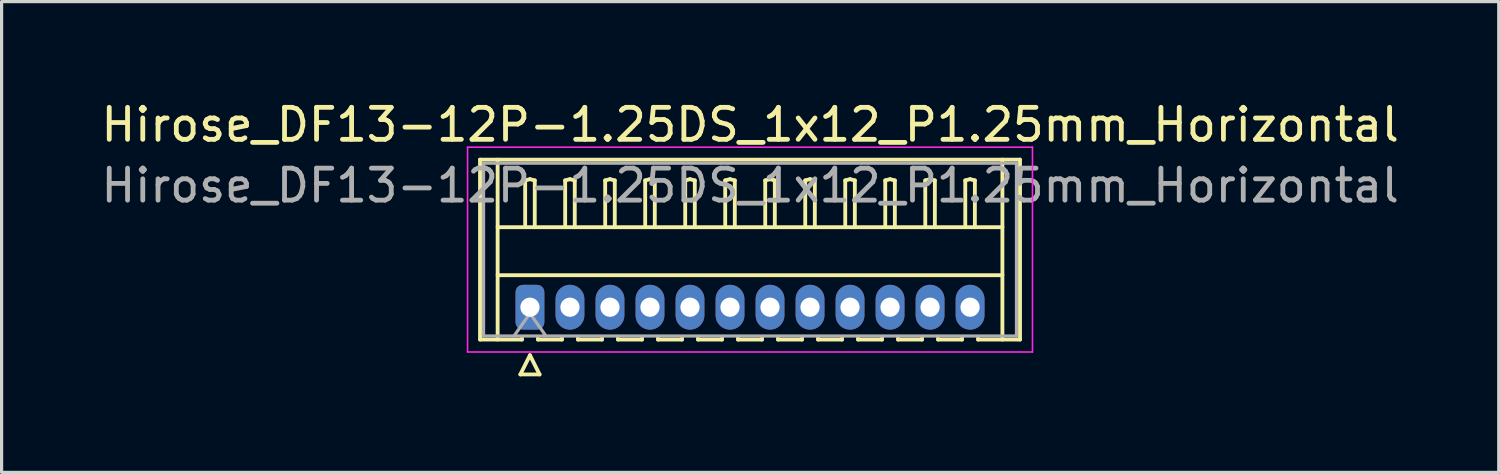
<source format=kicad_pcb>
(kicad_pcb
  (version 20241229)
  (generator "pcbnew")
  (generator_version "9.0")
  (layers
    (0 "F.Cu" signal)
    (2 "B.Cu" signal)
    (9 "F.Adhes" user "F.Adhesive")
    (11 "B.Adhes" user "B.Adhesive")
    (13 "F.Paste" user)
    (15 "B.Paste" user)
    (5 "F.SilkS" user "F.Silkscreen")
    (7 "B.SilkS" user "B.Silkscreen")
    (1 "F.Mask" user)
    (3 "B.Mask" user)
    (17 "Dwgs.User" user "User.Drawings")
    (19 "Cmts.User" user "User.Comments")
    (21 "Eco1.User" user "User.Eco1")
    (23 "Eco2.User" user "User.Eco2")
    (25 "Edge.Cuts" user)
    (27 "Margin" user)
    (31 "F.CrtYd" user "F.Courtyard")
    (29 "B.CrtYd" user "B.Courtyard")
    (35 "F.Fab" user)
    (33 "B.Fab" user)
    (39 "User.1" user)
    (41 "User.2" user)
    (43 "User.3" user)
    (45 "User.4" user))
  (footprint "Hirose_DF13-12P-1.25DS_1x12_P1.25mm_Horizontal"
    (layer "F.Cu")
    (at 13.507 6.548)
    (property "Reference" "Hirose_DF13-12P-1.25DS_1x12_P1.25mm_Horizontal" (at 6.88 -5.7 0) (layer "F.SilkS") (effects (font (size 1 1) (thickness 0.15))))
    (attr through_hole)
    (fp_line (start -1.56 -4.61) (end 15.31 -4.61) (stroke (width 0.12) (type solid)) (layer "F.SilkS"))
    (fp_line (start -1.56 1.01) (end -1.56 -4.61) (stroke (width 0.12) (type solid)) (layer "F.SilkS"))
    (fp_line (start -1.01 -4.61) (end -1.01 1.01) (stroke (width 0.12) (type solid)) (layer "F.SilkS"))
    (fp_line (start -1.01 -2.5) (end 14.76 -2.5) (stroke (width 0.12) (type solid)) (layer "F.SilkS"))
    (fp_line (start -1.01 -1) (end 14.76 -1) (stroke (width 0.12) (type solid)) (layer "F.SilkS"))
    (fp_line (start -0.3 2.1) (end 0.3 2.1) (stroke (width 0.12) (type solid)) (layer "F.SilkS"))
    (fp_line (start -0.25 0.96) (end -0.25 1.01) (stroke (width 0.12) (type solid)) (layer "F.SilkS"))
    (fp_line (start -0.25 1.01) (end -1.56 1.01) (stroke (width 0.12) (type solid)) (layer "F.SilkS"))
    (fp_line (start -0.15 -3.962) (end 0 -4) (stroke (width 0.12) (type solid)) (layer "F.SilkS"))
    (fp_line (start -0.15 -2.5) (end -0.15 -3.962) (stroke (width 0.12) (type solid)) (layer "F.SilkS"))
    (fp_line (start 0 -4) (end 0.15 -3.962) (stroke (width 0.12) (type solid)) (layer "F.SilkS"))
    (fp_line (start 0 1.5) (end -0.3 2.1) (stroke (width 0.12) (type solid)) (layer "F.SilkS"))
    (fp_line (start 0.15 -3.962) (end 0.15 -2.5) (stroke (width 0.12) (type solid)) (layer "F.SilkS"))
    (fp_line (start 0.25 0.96) (end 0.25 1.01) (stroke (width 0.12) (type solid)) (layer "F.SilkS"))
    (fp_line (start 0.25 1.01) (end 1 1.01) (stroke (width 0.12) (type solid)) (layer "F.SilkS"))
    (fp_line (start 0.3 2.1) (end 0 1.5) (stroke (width 0.12) (type solid)) (layer "F.SilkS"))
    (fp_line (start 1 1.01) (end 1 0.96) (stroke (width 0.12) (type solid)) (layer "F.SilkS"))
    (fp_line (start 1.1 -3.962) (end 1.25 -4) (stroke (width 0.12) (type solid)) (layer "F.SilkS"))
    (fp_line (start 1.1 -2.5) (end 1.1 -3.962) (stroke (width 0.12) (type solid)) (layer "F.SilkS"))
    (fp_line (start 1.25 -4) (end 1.4 -3.962) (stroke (width 0.12) (type solid)) (layer "F.SilkS"))
    (fp_line (start 1.4 -3.962) (end 1.4 -2.5) (stroke (width 0.12) (type solid)) (layer "F.SilkS"))
    (fp_line (start 1.5 0.96) (end 1.5 1.01) (stroke (width 0.12) (type solid)) (layer "F.SilkS"))
    (fp_line (start 1.5 1.01) (end 2.25 1.01) (stroke (width 0.12) (type solid)) (layer "F.SilkS"))
    (fp_line (start 2.25 1.01) (end 2.25 0.96) (stroke (width 0.12) (type solid)) (layer "F.SilkS"))
    (fp_line (start 2.35 -3.962) (end 2.5 -4) (stroke (width 0.12) (type solid)) (layer "F.SilkS"))
    (fp_line (start 2.35 -2.5) (end 2.35 -3.962) (stroke (width 0.12) (type solid)) (layer "F.SilkS"))
    (fp_line (start 2.5 -4) (end 2.65 -3.962) (stroke (width 0.12) (type solid)) (layer "F.SilkS"))
    (fp_line (start 2.65 -3.962) (end 2.65 -2.5) (stroke (width 0.12) (type solid)) (layer "F.SilkS"))
    (fp_line (start 2.75 0.96) (end 2.75 1.01) (stroke (width 0.12) (type solid)) (layer "F.SilkS"))
    (fp_line (start 2.75 1.01) (end 3.5 1.01) (stroke (width 0.12) (type solid)) (layer "F.SilkS"))
    (fp_line (start 3.5 1.01) (end 3.5 0.96) (stroke (width 0.12) (type solid)) (layer "F.SilkS"))
    (fp_line (start 3.6 -3.962) (end 3.75 -4) (stroke (width 0.12) (type solid)) (layer "F.SilkS"))
    (fp_line (start 3.6 -2.5) (end 3.6 -3.962) (stroke (width 0.12) (type solid)) (layer "F.SilkS"))
    (fp_line (start 3.75 -4) (end 3.9 -3.962) (stroke (width 0.12) (type solid)) (layer "F.SilkS"))
    (fp_line (start 3.9 -3.962) (end 3.9 -2.5) (stroke (width 0.12) (type solid)) (layer "F.SilkS"))
    (fp_line (start 4 0.96) (end 4 1.01) (stroke (width 0.12) (type solid)) (layer "F.SilkS"))
    (fp_line (start 4 1.01) (end 4.75 1.01) (stroke (width 0.12) (type solid)) (layer "F.SilkS"))
    (fp_line (start 4.75 1.01) (end 4.75 0.96) (stroke (width 0.12) (type solid)) (layer "F.SilkS"))
    (fp_line (start 4.85 -3.962) (end 5 -4) (stroke (width 0.12) (type solid)) (layer "F.SilkS"))
    (fp_line (start 4.85 -2.5) (end 4.85 -3.962) (stroke (width 0.12) (type solid)) (layer "F.SilkS"))
    (fp_line (start 5 -4) (end 5.15 -3.962) (stroke (width 0.12) (type solid)) (layer "F.SilkS"))
    (fp_line (start 5.15 -3.962) (end 5.15 -2.5) (stroke (width 0.12) (type solid)) (layer "F.SilkS"))
    (fp_line (start 5.25 0.96) (end 5.25 1.01) (stroke (width 0.12) (type solid)) (layer "F.SilkS"))
    (fp_line (start 5.25 1.01) (end 6 1.01) (stroke (width 0.12) (type solid)) (layer "F.SilkS"))
    (fp_line (start 6 1.01) (end 6 0.96) (stroke (width 0.12) (type solid)) (layer "F.SilkS"))
    (fp_line (start 6.1 -3.962) (end 6.25 -4) (stroke (width 0.12) (type solid)) (layer "F.SilkS"))
    (fp_line (start 6.1 -2.5) (end 6.1 -3.962) (stroke (width 0.12) (type solid)) (layer "F.SilkS"))
    (fp_line (start 6.25 -4) (end 6.4 -3.962) (stroke (width 0.12) (type solid)) (layer "F.SilkS"))
    (fp_line (start 6.4 -3.962) (end 6.4 -2.5) (stroke (width 0.12) (type solid)) (layer "F.SilkS"))
    (fp_line (start 6.5 0.96) (end 6.5 1.01) (stroke (width 0.12) (type solid)) (layer "F.SilkS"))
    (fp_line (start 6.5 1.01) (end 7.25 1.01) (stroke (width 0.12) (type solid)) (layer "F.SilkS"))
    (fp_line (start 7.25 1.01) (end 7.25 0.96) (stroke (width 0.12) (type solid)) (layer "F.SilkS"))
    (fp_line (start 7.35 -3.962) (end 7.5 -4) (stroke (width 0.12) (type solid)) (layer "F.SilkS"))
    (fp_line (start 7.35 -2.5) (end 7.35 -3.962) (stroke (width 0.12) (type solid)) (layer "F.SilkS"))
    (fp_line (start 7.5 -4) (end 7.65 -3.962) (stroke (width 0.12) (type solid)) (layer "F.SilkS"))
    (fp_line (start 7.65 -3.962) (end 7.65 -2.5) (stroke (width 0.12) (type solid)) (layer "F.SilkS"))
    (fp_line (start 7.75 0.96) (end 7.75 1.01) (stroke (width 0.12) (type solid)) (layer "F.SilkS"))
    (fp_line (start 7.75 1.01) (end 8.5 1.01) (stroke (width 0.12) (type solid)) (layer "F.SilkS"))
    (fp_line (start 8.5 1.01) (end 8.5 0.96) (stroke (width 0.12) (type solid)) (layer "F.SilkS"))
    (fp_line (start 8.6 -3.962) (end 8.75 -4) (stroke (width 0.12) (type solid)) (layer "F.SilkS"))
    (fp_line (start 8.6 -2.5) (end 8.6 -3.962) (stroke (width 0.12) (type solid)) (layer "F.SilkS"))
    (fp_line (start 8.75 -4) (end 8.9 -3.962) (stroke (width 0.12) (type solid)) (layer "F.SilkS"))
    (fp_line (start 8.9 -3.962) (end 8.9 -2.5) (stroke (width 0.12) (type solid)) (layer "F.SilkS"))
    (fp_line (start 9 0.96) (end 9 1.01) (stroke (width 0.12) (type solid)) (layer "F.SilkS"))
    (fp_line (start 9 1.01) (end 9.75 1.01) (stroke (width 0.12) (type solid)) (layer "F.SilkS"))
    (fp_line (start 9.75 1.01) (end 9.75 0.96) (stroke (width 0.12) (type solid)) (layer "F.SilkS"))
    (fp_line (start 9.85 -3.962) (end 10 -4) (stroke (width 0.12) (type solid)) (layer "F.SilkS"))
    (fp_line (start 9.85 -2.5) (end 9.85 -3.962) (stroke (width 0.12) (type solid)) (layer "F.SilkS"))
    (fp_line (start 10 -4) (end 10.15 -3.962) (stroke (width 0.12) (type solid)) (layer "F.SilkS"))
    (fp_line (start 10.15 -3.962) (end 10.15 -2.5) (stroke (width 0.12) (type solid)) (layer "F.SilkS"))
    (fp_line (start 10.25 0.96) (end 10.25 1.01) (stroke (width 0.12) (type solid)) (layer "F.SilkS"))
    (fp_line (start 10.25 1.01) (end 11 1.01) (stroke (width 0.12) (type solid)) (layer "F.SilkS"))
    (fp_line (start 11 1.01) (end 11 0.96) (stroke (width 0.12) (type solid)) (layer "F.SilkS"))
    (fp_line (start 11.1 -3.962) (end 11.25 -4) (stroke (width 0.12) (type solid)) (layer "F.SilkS"))
    (fp_line (start 11.1 -2.5) (end 11.1 -3.962) (stroke (width 0.12) (type solid)) (layer "F.SilkS"))
    (fp_line (start 11.25 -4) (end 11.4 -3.962) (stroke (width 0.12) (type solid)) (layer "F.SilkS"))
    (fp_line (start 11.4 -3.962) (end 11.4 -2.5) (stroke (width 0.12) (type solid)) (layer "F.SilkS"))
    (fp_line (start 11.5 0.96) (end 11.5 1.01) (stroke (width 0.12) (type solid)) (layer "F.SilkS"))
    (fp_line (start 11.5 1.01) (end 12.25 1.01) (stroke (width 0.12) (type solid)) (layer "F.SilkS"))
    (fp_line (start 12.25 1.01) (end 12.25 0.96) (stroke (width 0.12) (type solid)) (layer "F.SilkS"))
    (fp_line (start 12.35 -3.962) (end 12.5 -4) (stroke (width 0.12) (type solid)) (layer "F.SilkS"))
    (fp_line (start 12.35 -2.5) (end 12.35 -3.962) (stroke (width 0.12) (type solid)) (layer "F.SilkS"))
    (fp_line (start 12.5 -4) (end 12.65 -3.962) (stroke (width 0.12) (type solid)) (layer "F.SilkS"))
    (fp_line (start 12.65 -3.962) (end 12.65 -2.5) (stroke (width 0.12) (type solid)) (layer "F.SilkS"))
    (fp_line (start 12.75 0.96) (end 12.75 1.01) (stroke (width 0.12) (type solid)) (layer "F.SilkS"))
    (fp_line (start 12.75 1.01) (end 13.5 1.01) (stroke (width 0.12) (type solid)) (layer "F.SilkS"))
    (fp_line (start 13.5 1.01) (end 13.5 0.96) (stroke (width 0.12) (type solid)) (layer "F.SilkS"))
    (fp_line (start 13.6 -3.962) (end 13.75 -4) (stroke (width 0.12) (type solid)) (layer "F.SilkS"))
    (fp_line (start 13.6 -2.5) (end 13.6 -3.962) (stroke (width 0.12) (type solid)) (layer "F.SilkS"))
    (fp_line (start 13.75 -4) (end 13.9 -3.962) (stroke (width 0.12) (type solid)) (layer "F.SilkS"))
    (fp_line (start 13.9 -3.962) (end 13.9 -2.5) (stroke (width 0.12) (type solid)) (layer "F.SilkS"))
    (fp_line (start 14 1.01) (end 14 0.96) (stroke (width 0.12) (type solid)) (layer "F.SilkS"))
    (fp_line (start 14.76 -4.61) (end 14.76 1.01) (stroke (width 0.12) (type solid)) (layer "F.SilkS"))
    (fp_line (start 15.31 -4.61) (end 15.31 1.01) (stroke (width 0.12) (type solid)) (layer "F.SilkS"))
    (fp_line (start 15.31 1.01) (end 14 1.01) (stroke (width 0.12) (type solid)) (layer "F.SilkS"))
    (fp_line (start -1.95 -5) (end -1.95 1.4) (stroke (width 0.05) (type solid)) (layer "F.CrtYd"))
    (fp_line (start -1.95 1.4) (end 15.7 1.4) (stroke (width 0.05) (type solid)) (layer "F.CrtYd"))
    (fp_line (start 15.7 -5) (end -1.95 -5) (stroke (width 0.05) (type solid)) (layer "F.CrtYd"))
    (fp_line (start 15.7 1.4) (end 15.7 -5) (stroke (width 0.05) (type solid)) (layer "F.CrtYd"))
    (fp_line (start -1.45 -4.5) (end -1.45 0.9) (stroke (width 0.1) (type solid)) (layer "F.Fab"))
    (fp_line (start -1.45 0.9) (end 15.2 0.9) (stroke (width 0.1) (type solid)) (layer "F.Fab"))
    (fp_line (start -0.5 0.9) (end 0 0.193) (stroke (width 0.1) (type solid)) (layer "F.Fab"))
    (fp_line (start 0 0.193) (end 0.5 0.9) (stroke (width 0.1) (type solid)) (layer "F.Fab"))
    (fp_line (start 15.2 -4.5) (end -1.45 -4.5) (stroke (width 0.1) (type solid)) (layer "F.Fab"))
    (fp_line (start 15.2 0.9) (end 15.2 -4.5) (stroke (width 0.1) (type solid)) (layer "F.Fab"))
    (fp_text user "${REFERENCE}" (at 6.88 -3.8 0) (layer "F.Fab") (effects (font (size 1 1) (thickness 0.15))))
    (pad "1" thru_hole roundrect (at 0 0) (size 0.9 1.4) (drill 0.6) (layers "*.Cu" "*.Mask") (roundrect_rratio 0.25))
    (pad "2" thru_hole oval (at 1.25 0) (size 0.9 1.4) (drill 0.6) (layers "*.Cu" "*.Mask"))
    (pad "3" thru_hole oval (at 2.5 0) (size 0.9 1.4) (drill 0.6) (layers "*.Cu" "*.Mask"))
    (pad "4" thru_hole oval (at 3.75 0) (size 0.9 1.4) (drill 0.6) (layers "*.Cu" "*.Mask"))
    (pad "5" thru_hole oval (at 5 0) (size 0.9 1.4) (drill 0.6) (layers "*.Cu" "*.Mask"))
    (pad "6" thru_hole oval (at 6.25 0) (size 0.9 1.4) (drill 0.6) (layers "*.Cu" "*.Mask"))
    (pad "7" thru_hole oval (at 7.5 0) (size 0.9 1.4) (drill 0.6) (layers "*.Cu" "*.Mask"))
    (pad "8" thru_hole oval (at 8.75 0) (size 0.9 1.4) (drill 0.6) (layers "*.Cu" "*.Mask"))
    (pad "9" thru_hole oval (at 10 0) (size 0.9 1.4) (drill 0.6) (layers "*.Cu" "*.Mask"))
    (pad "10" thru_hole oval (at 11.25 0) (size 0.9 1.4) (drill 0.6) (layers "*.Cu" "*.Mask"))
    (pad "11" thru_hole oval (at 12.5 0) (size 0.9 1.4) (drill 0.6) (layers "*.Cu" "*.Mask"))
    (pad "12" thru_hole oval (at 13.75 0) (size 0.9 1.4) (drill 0.6) (layers "*.Cu" "*.Mask")))
  (gr_rect
    (start -3 -3)
    (end 43.774 11.708)
    (stroke (width 0.1) (type default))
    (fill no)
    (layer "Edge.Cuts")))
</source>
